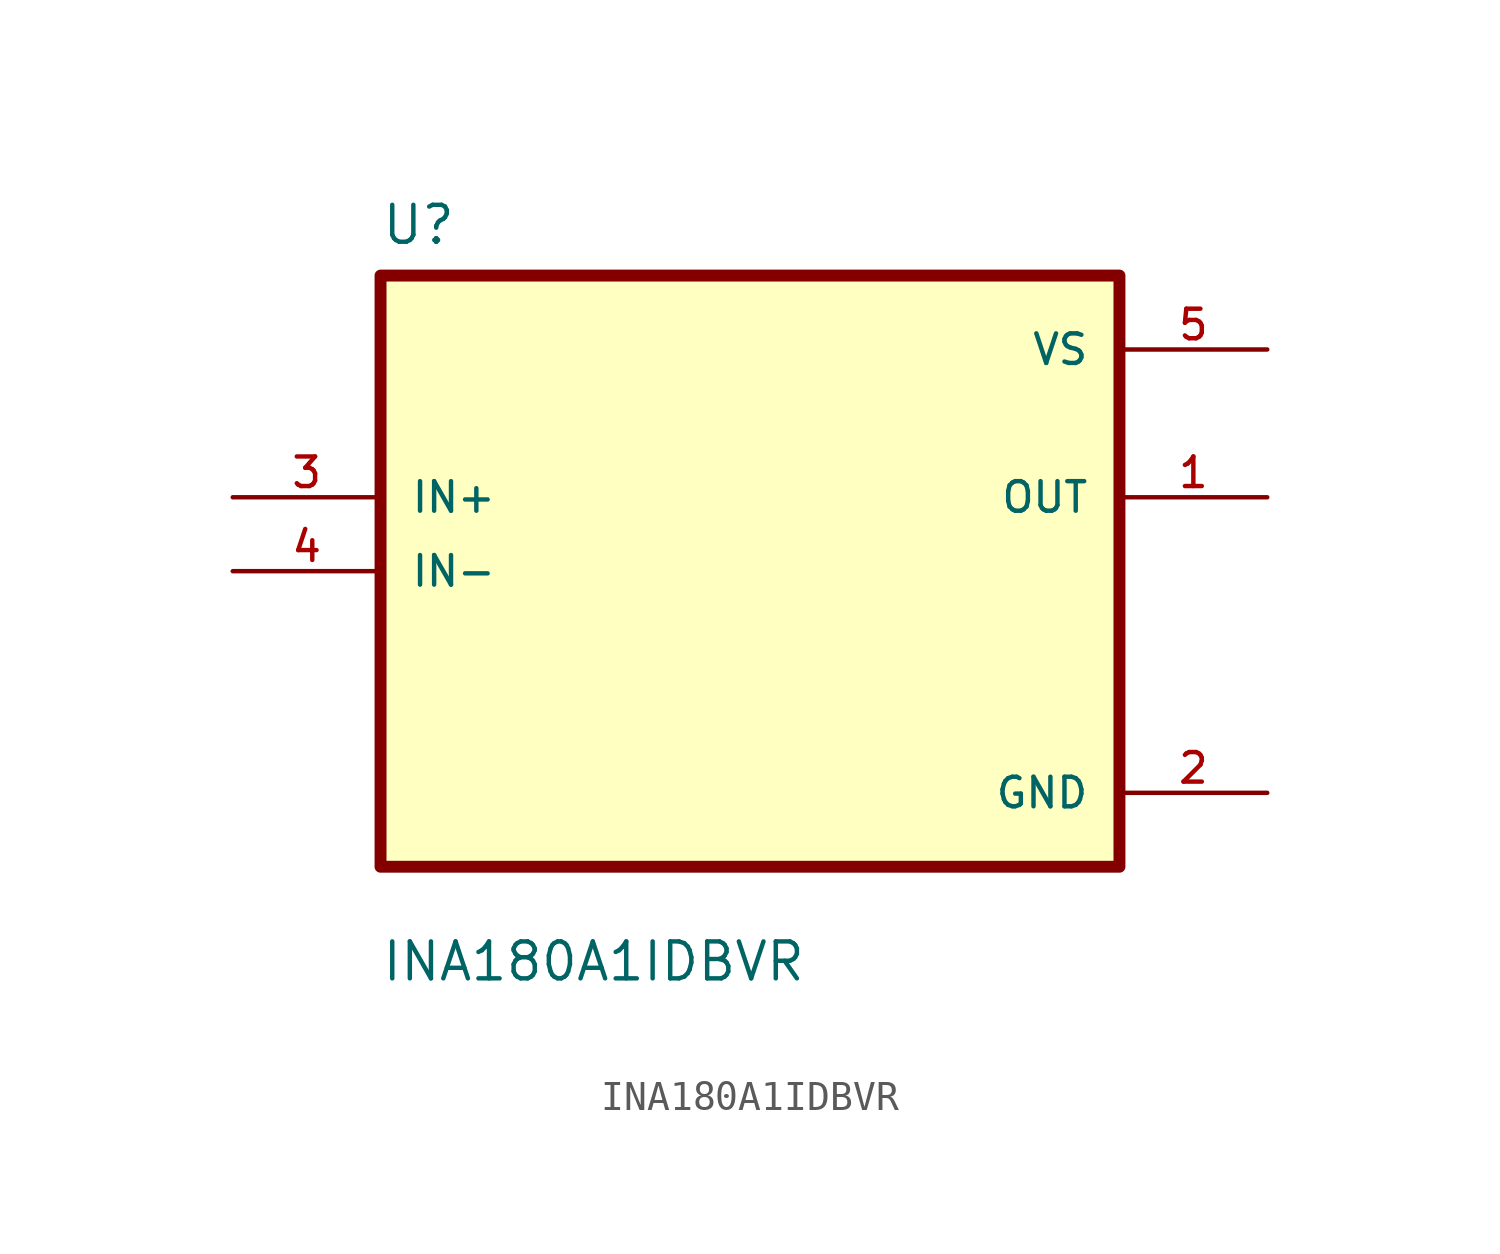
<source format=kicad_sym>
(kicad_symbol_lib
  (version 20211014)
  (generator kicad_symbol_editor)
  (symbol "INA180A1IDBVR"
    (pin_names
      (offset 1.016))
    (property "Reference" "U"
      (at -12.7 11.16 0.0)
      (effects (font (size 1.27 1.27)) (justify bottom left)))
    (property "Value" "INA180A1IDBVR"
      (at -12.7 -14.16 0.0)
      (effects (font (size 1.27 1.27)) (justify bottom left)))
    (symbol "INA180A1IDBVR_0_0"
      (rectangle (start -12.7 -10.16) (end 12.7 10.16) (stroke (width 0.41)) (fill (type background)))
      (pin input line (at -17.78 2.54 0) (length 5.08) (name "IN+" (effects (font (size 1.016 1.016)))) (number "3" (effects (font (size 1.016 1.016)))))
      (pin input line (at -17.78 0.0 0) (length 5.08) (name "IN-" (effects (font (size 1.016 1.016)))) (number "4" (effects (font (size 1.016 1.016)))))
      (pin power_in line (at 17.78 7.62 180.0) (length 5.08) (name "VS" (effects (font (size 1.016 1.016)))) (number "5" (effects (font (size 1.016 1.016)))))
      (pin output line (at 17.78 2.54 180.0) (length 5.08) (name "OUT" (effects (font (size 1.016 1.016)))) (number "1" (effects (font (size 1.016 1.016)))))
      (pin power_in line (at 17.78 -7.62 180.0) (length 5.08) (name "GND" (effects (font (size 1.016 1.016)))) (number "2" (effects (font (size 1.016 1.016))))))))
</source>
